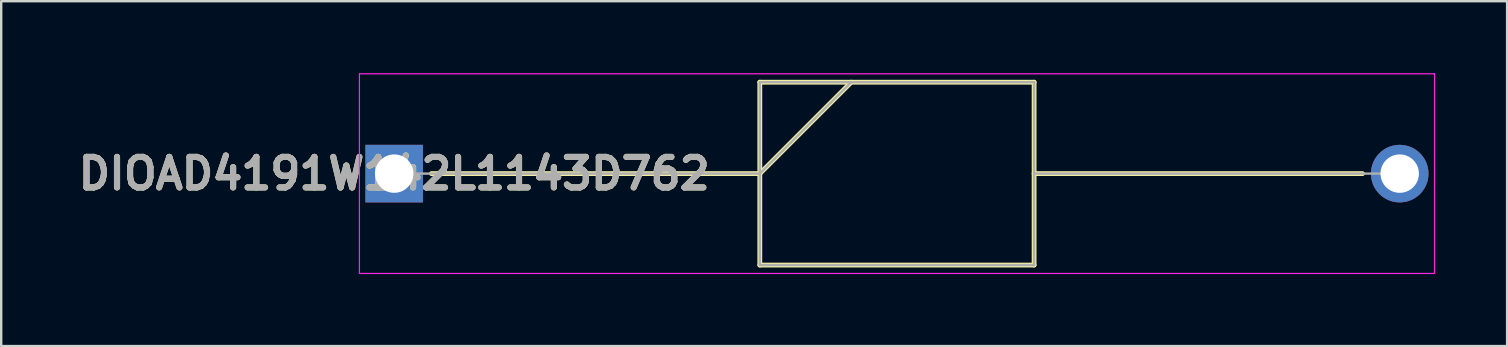
<source format=kicad_pcb>
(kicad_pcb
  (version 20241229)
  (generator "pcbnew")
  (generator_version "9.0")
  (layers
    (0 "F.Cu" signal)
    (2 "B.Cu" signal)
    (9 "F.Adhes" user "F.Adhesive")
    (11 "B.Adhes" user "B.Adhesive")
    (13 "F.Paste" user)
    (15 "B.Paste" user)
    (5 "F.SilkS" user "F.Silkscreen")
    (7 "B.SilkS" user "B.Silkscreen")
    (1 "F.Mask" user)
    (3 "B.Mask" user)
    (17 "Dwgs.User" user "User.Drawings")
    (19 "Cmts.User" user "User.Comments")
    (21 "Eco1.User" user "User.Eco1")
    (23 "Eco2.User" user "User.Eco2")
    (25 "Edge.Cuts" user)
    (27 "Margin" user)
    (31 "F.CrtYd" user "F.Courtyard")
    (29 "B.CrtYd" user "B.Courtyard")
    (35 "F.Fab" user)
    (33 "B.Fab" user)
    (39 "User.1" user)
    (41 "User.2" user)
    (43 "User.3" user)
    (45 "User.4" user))
  (footprint "DIOAD4191W142L1143D762"
    (layer "F.Cu")
    (at 13.377 4.185)
    (property "Reference" "DIOAD4191W142L1143D762" (at 0 0 0) (layer "F.SilkS") (effects (font (size 1.27 1.27) (thickness 0.254))))
    (attr through_hole)
    (fp_line (start 1.55 0) (end 15.235 0) (stroke (width 0.2) (type solid)) (layer "F.SilkS"))
    (fp_line (start 15.235 -3.81) (end 26.665 -3.81) (stroke (width 0.2) (type solid)) (layer "F.SilkS"))
    (fp_line (start 15.235 0) (end 19.045 -3.81) (stroke (width 0.2) (type solid)) (layer "F.SilkS"))
    (fp_line (start 15.235 3.81) (end 15.235 -3.81) (stroke (width 0.2) (type solid)) (layer "F.SilkS"))
    (fp_line (start 26.665 -3.81) (end 26.665 3.81) (stroke (width 0.2) (type solid)) (layer "F.SilkS"))
    (fp_line (start 26.665 0) (end 40.35 0) (stroke (width 0.2) (type solid)) (layer "F.SilkS"))
    (fp_line (start 26.665 3.81) (end 15.235 3.81) (stroke (width 0.2) (type solid)) (layer "F.SilkS"))
    (fp_line (start -1.45 -4.16) (end 43.35 -4.16) (stroke (width 0.05) (type solid)) (layer "F.CrtYd"))
    (fp_line (start -1.45 4.16) (end -1.45 -4.16) (stroke (width 0.05) (type solid)) (layer "F.CrtYd"))
    (fp_line (start 43.35 -4.16) (end 43.35 4.16) (stroke (width 0.05) (type solid)) (layer "F.CrtYd"))
    (fp_line (start 43.35 4.16) (end -1.45 4.16) (stroke (width 0.05) (type solid)) (layer "F.CrtYd"))
    (fp_line (start 0 0) (end 15.235 0) (stroke (width 0.1) (type solid)) (layer "F.Fab"))
    (fp_line (start 15.235 -3.81) (end 26.665 -3.81) (stroke (width 0.1) (type solid)) (layer "F.Fab"))
    (fp_line (start 15.235 0) (end 19.045 -3.81) (stroke (width 0.1) (type solid)) (layer "F.Fab"))
    (fp_line (start 15.235 3.81) (end 15.235 -3.81) (stroke (width 0.1) (type solid)) (layer "F.Fab"))
    (fp_line (start 26.665 -3.81) (end 26.665 3.81) (stroke (width 0.1) (type solid)) (layer "F.Fab"))
    (fp_line (start 26.665 0) (end 41.9 0) (stroke (width 0.1) (type solid)) (layer "F.Fab"))
    (fp_line (start 26.665 3.81) (end 15.235 3.81) (stroke (width 0.1) (type solid)) (layer "F.Fab"))
    (fp_text user "${REFERENCE}" (at 0 0 0) (layer "F.Fab") (effects (font (size 1.27 1.27) (thickness 0.254))))
    (pad "1" thru_hole rect (at 0 0) (size 2.4 2.4) (drill 1.6) (layers "*.Cu" "*.Mask"))
    (pad "2" thru_hole circle (at 41.9 0) (size 2.4 2.4) (drill 1.6) (layers "*.Cu" "*.Mask")))
  (gr_rect
    (start -3 -3)
    (end 59.752 11.37)
    (stroke (width 0.1) (type default))
    (fill no)
    (layer "Edge.Cuts")))
</source>
